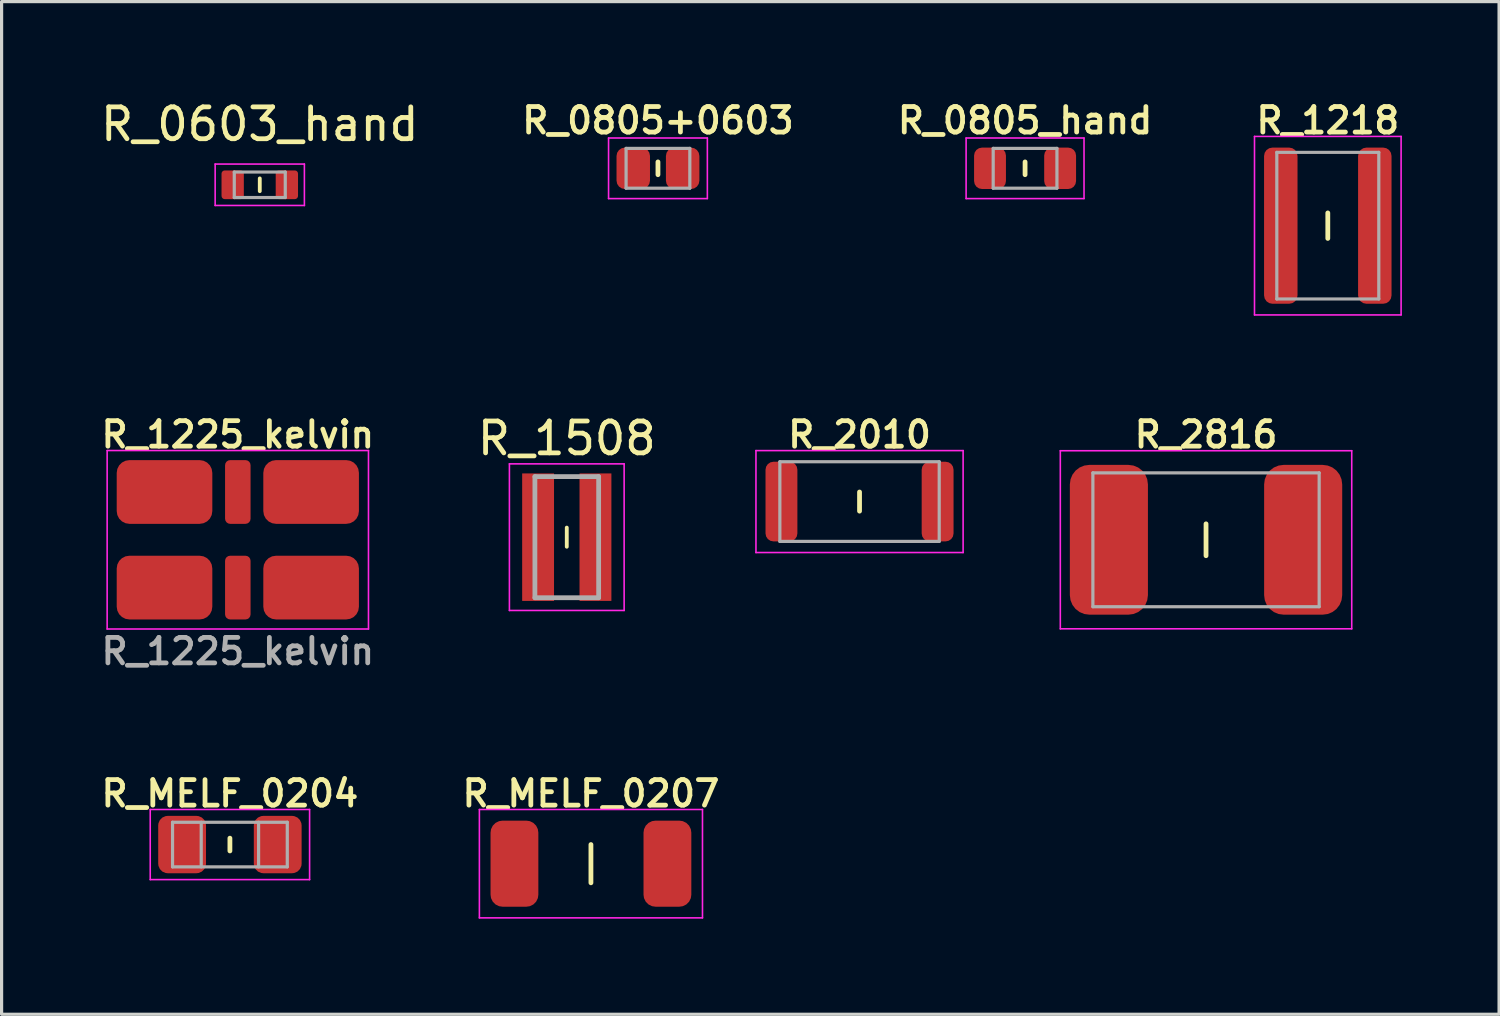
<source format=kicad_pcb>
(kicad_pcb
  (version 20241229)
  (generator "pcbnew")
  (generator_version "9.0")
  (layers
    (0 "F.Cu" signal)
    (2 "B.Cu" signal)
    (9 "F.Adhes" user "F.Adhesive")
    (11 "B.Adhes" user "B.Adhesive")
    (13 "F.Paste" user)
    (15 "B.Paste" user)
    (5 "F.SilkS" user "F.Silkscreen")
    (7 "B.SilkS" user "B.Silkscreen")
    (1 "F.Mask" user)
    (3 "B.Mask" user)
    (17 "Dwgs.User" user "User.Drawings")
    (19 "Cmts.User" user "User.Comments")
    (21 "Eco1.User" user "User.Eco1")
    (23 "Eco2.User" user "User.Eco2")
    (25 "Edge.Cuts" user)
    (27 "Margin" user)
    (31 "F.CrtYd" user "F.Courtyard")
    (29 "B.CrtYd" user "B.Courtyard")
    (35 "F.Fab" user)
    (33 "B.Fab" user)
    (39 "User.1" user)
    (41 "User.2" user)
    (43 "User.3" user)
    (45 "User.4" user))
  (footprint "R_2816"
    (layer "F.Cu")
    (at 34.792 13.887)
    (property "Reference" "R_2816" (at 0 -3.3 0) (layer "F.SilkS") (effects (font (size 0.8 0.8) (thickness 0.15))))
    (attr smd)
    (fp_line (start 0 -0.5) (end 0 0.5) (stroke (width 0.15) (type solid)) (layer "F.SilkS"))
    (fp_line (start -4.572 -2.794) (end 4.572 -2.794) (stroke (width 0.05) (type solid)) (layer "F.CrtYd"))
    (fp_line (start -4.572 2.794) (end -4.572 -2.794) (stroke (width 0.05) (type solid)) (layer "F.CrtYd"))
    (fp_line (start 4.572 -2.794) (end 4.572 2.794) (stroke (width 0.05) (type solid)) (layer "F.CrtYd"))
    (fp_line (start 4.572 2.794) (end -4.572 2.794) (stroke (width 0.05) (type solid)) (layer "F.CrtYd"))
    (fp_line (start -3.55 -2.1) (end -3.55 2.1) (stroke (width 0.1) (type solid)) (layer "F.Fab"))
    (fp_line (start -3.55 2.1) (end 3.55 2.1) (stroke (width 0.1) (type solid)) (layer "F.Fab"))
    (fp_line (start 3.55 -2.1) (end -3.55 -2.1) (stroke (width 0.1) (type solid)) (layer "F.Fab"))
    (fp_line (start 3.55 2.1) (end 3.55 -2.1) (stroke (width 0.1) (type solid)) (layer "F.Fab"))
    (pad "1" smd roundrect (at -3.048 0) (size 2.45 4.7) (layers "F.Cu" "F.Mask" "F.Paste") (roundrect_rratio 0.25))
    (pad "2" smd roundrect (at 3.048 0) (size 2.45 4.7) (layers "F.Cu" "F.Mask" "F.Paste") (roundrect_rratio 0.25)))
  (footprint "R_0603_hand"
    (layer "F.Cu")
    (at 5.101 2.748)
    (property "Reference" "R_0603_hand" (at 0 -1.9 0) (layer "F.SilkS") (effects (font (size 1 1) (thickness 0.15))))
    (attr smd)
    (fp_line (start 0 -0.2) (end 0 0.2) (stroke (width 0.12) (type solid)) (layer "F.SilkS"))
    (fp_line (start -1.4 -0.65) (end -1.4 0.65) (stroke (width 0.05) (type solid)) (layer "F.CrtYd"))
    (fp_line (start -1.4 -0.65) (end 1.4 -0.65) (stroke (width 0.05) (type solid)) (layer "F.CrtYd"))
    (fp_line (start -1.4 0.65) (end 1.4 0.65) (stroke (width 0.05) (type solid)) (layer "F.CrtYd"))
    (fp_line (start 1.4 -0.65) (end 1.4 0.65) (stroke (width 0.05) (type solid)) (layer "F.CrtYd"))
    (fp_line (start -0.8 -0.4) (end 0.8 -0.4) (stroke (width 0.1) (type solid)) (layer "F.Fab"))
    (fp_line (start -0.8 0.4) (end -0.8 -0.4) (stroke (width 0.1) (type solid)) (layer "F.Fab"))
    (fp_line (start 0.8 -0.4) (end 0.8 0.4) (stroke (width 0.1) (type solid)) (layer "F.Fab"))
    (fp_line (start 0.8 0.4) (end -0.8 0.4) (stroke (width 0.1) (type solid)) (layer "F.Fab"))
    (pad "1" smd roundrect (at -0.85 0) (size 0.7 0.9) (layers "F.Cu" "F.Mask" "F.Paste") (roundrect_rratio 0.143))
    (pad "2" smd roundrect (at 0.85 0) (size 0.7 0.9) (layers "F.Cu" "F.Mask" "F.Paste") (roundrect_rratio 0.143)))
  (footprint "R_1218"
    (layer "F.Cu")
    (at 38.613 4.031)
    (property "Reference" "R_1218" (at 0 -3.3 0) (layer "F.SilkS") (effects (font (size 0.8 0.8) (thickness 0.15))))
    (attr smd)
    (fp_line (start 0 -0.4) (end 0 0.4) (stroke (width 0.15) (type solid)) (layer "F.SilkS"))
    (fp_line (start -2.3 -2.8) (end -2.3 2.8) (stroke (width 0.05) (type solid)) (layer "F.CrtYd"))
    (fp_line (start -2.3 -2.8) (end 2.3 -2.8) (stroke (width 0.05) (type solid)) (layer "F.CrtYd"))
    (fp_line (start -2.3 2.8) (end 2.3 2.8) (stroke (width 0.05) (type solid)) (layer "F.CrtYd"))
    (fp_line (start 2.3 -2.8) (end 2.3 2.8) (stroke (width 0.05) (type solid)) (layer "F.CrtYd"))
    (fp_line (start -1.6 -2.3) (end -1.6 2.3) (stroke (width 0.1) (type solid)) (layer "F.Fab"))
    (fp_line (start -1.6 2.3) (end 1.6 2.3) (stroke (width 0.1) (type solid)) (layer "F.Fab"))
    (fp_line (start 1.6 -2.3) (end -1.6 -2.3) (stroke (width 0.1) (type solid)) (layer "F.Fab"))
    (fp_line (start 1.6 2.3) (end 1.6 -2.3) (stroke (width 0.1) (type solid)) (layer "F.Fab"))
    (pad "1" smd roundrect (at -1.475 0) (size 1.05 4.9) (layers "F.Cu" "F.Mask" "F.Paste") (roundrect_rratio 0.25))
    (pad "2" smd roundrect (at 1.475 0) (size 1.05 4.9) (layers "F.Cu" "F.Mask" "F.Paste") (roundrect_rratio 0.25)))
  (footprint "R_0805_hand"
    (layer "F.Cu")
    (at 29.114 2.231)
    (property "Reference" "R_0805_hand" (at 0 -1.5 0) (layer "F.SilkS") (effects (font (size 0.8 0.8) (thickness 0.15))))
    (attr smd)
    (fp_line (start 0 -0.2) (end 0 0.2) (stroke (width 0.15) (type solid)) (layer "F.SilkS"))
    (fp_line (start -1.85 -0.95) (end -1.85 0.95) (stroke (width 0.05) (type solid)) (layer "F.CrtYd"))
    (fp_line (start -1.85 -0.95) (end 1.85 -0.95) (stroke (width 0.05) (type solid)) (layer "F.CrtYd"))
    (fp_line (start -1.85 0.95) (end 1.85 0.95) (stroke (width 0.05) (type solid)) (layer "F.CrtYd"))
    (fp_line (start 1.85 -0.95) (end 1.85 0.95) (stroke (width 0.05) (type solid)) (layer "F.CrtYd"))
    (fp_line (start -1 -0.625) (end 1 -0.625) (stroke (width 0.1) (type solid)) (layer "F.Fab"))
    (fp_line (start -1 0.625) (end -1 -0.625) (stroke (width 0.1) (type solid)) (layer "F.Fab"))
    (fp_line (start 1 -0.625) (end 1 0.625) (stroke (width 0.1) (type solid)) (layer "F.Fab"))
    (fp_line (start 1 0.625) (end -1 0.625) (stroke (width 0.1) (type solid)) (layer "F.Fab"))
    (pad "1" smd roundrect (at -1.1 0) (size 1 1.3) (layers "F.Cu" "F.Mask" "F.Paste") (roundrect_rratio 0.25))
    (pad "2" smd roundrect (at 1.1 0) (size 1 1.3) (layers "F.Cu" "F.Mask" "F.Paste") (roundrect_rratio 0.25)))
  (footprint "R_1508"
    (layer "F.Cu")
    (at 14.734 13.805)
    (property "Reference" "R_1508" (at 0 -3.1 0) (layer "F.SilkS") (effects (font (size 1 1) (thickness 0.15))))
    (attr smd)
    (fp_line (start 0 -0.3) (end 0 0.3) (stroke (width 0.12) (type solid)) (layer "F.SilkS"))
    (fp_line (start -1.8 -2.3) (end -1.8 2.3) (stroke (width 0.05) (type solid)) (layer "F.CrtYd"))
    (fp_line (start -1.8 -2.3) (end 1.8 -2.3) (stroke (width 0.05) (type solid)) (layer "F.CrtYd"))
    (fp_line (start -1.8 2.3) (end 1.8 2.3) (stroke (width 0.05) (type solid)) (layer "F.CrtYd"))
    (fp_line (start 1.8 -2.3) (end 1.8 2.3) (stroke (width 0.05) (type solid)) (layer "F.CrtYd"))
    (fp_line (start -1 -1.9) (end 1 -1.9) (stroke (width 0.15) (type solid)) (layer "F.Fab"))
    (fp_line (start -1 1.9) (end -1 -1.9) (stroke (width 0.15) (type solid)) (layer "F.Fab"))
    (fp_line (start 1 -1.9) (end 1 1.9) (stroke (width 0.15) (type solid)) (layer "F.Fab"))
    (fp_line (start 1 1.9) (end -1 1.9) (stroke (width 0.15) (type solid)) (layer "F.Fab"))
    (pad "1" smd rect (at -0.9 0) (size 1 4) (layers "F.Cu" "F.Mask" "F.Paste"))
    (pad "2" smd rect (at 0.9 0) (size 1 4) (layers "F.Cu" "F.Mask" "F.Paste")))
  (footprint "R_1225_kelvin"
    (layer "F.Cu")
    (at 4.412 13.887)
    (property "Reference" "R_1225_kelvin" (at 0 -3.3 0) (unlocked yes) (layer "F.SilkS") (effects (font (size 0.8 0.8) (thickness 0.15))))
    (attr smd)
    (fp_line (start -4.1 -2.8) (end 4.1 -2.8) (stroke (width 0.05) (type default)) (layer "F.CrtYd"))
    (fp_line (start -4.1 2.8) (end -4.1 -2.8) (stroke (width 0.05) (type default)) (layer "F.CrtYd"))
    (fp_line (start 4.1 -2.8) (end 4.1 2.8) (stroke (width 0.05) (type default)) (layer "F.CrtYd"))
    (fp_line (start 4.1 2.8) (end -4.1 2.8) (stroke (width 0.05) (type default)) (layer "F.CrtYd"))
    (fp_text user "${REFERENCE}" (at 0 3.5 0) (unlocked yes) (layer "F.Fab") (effects (font (size 0.8 0.8) (thickness 0.15))))
    (pad "1" smd roundrect (at -2.3 -1.5) (size 3 2) (layers "F.Cu" "F.Mask" "F.Paste") (roundrect_rratio 0.2))
    (pad "1" smd roundrect (at 2.3 -1.5) (size 3 2) (layers "F.Cu" "F.Mask" "F.Paste") (roundrect_rratio 0.2))
    (pad "2" smd roundrect (at 0 -1.5) (size 0.8 2) (layers "F.Cu" "F.Mask" "F.Paste") (roundrect_rratio 0.2))
    (pad "3" smd roundrect (at 0 1.5) (size 0.8 2) (layers "F.Cu" "F.Mask" "F.Paste") (roundrect_rratio 0.2))
    (pad "4" smd roundrect (at -2.3 1.5) (size 3 2) (layers "F.Cu" "F.Mask" "F.Paste") (roundrect_rratio 0.2))
    (pad "4" smd roundrect (at 2.3 1.5) (size 3 2) (layers "F.Cu" "F.Mask" "F.Paste") (roundrect_rratio 0.2)))
  (footprint "R_0805+0603"
    (layer "F.Cu")
    (at 17.595 2.231)
    (property "Reference" "R_0805+0603" (at 0 -1.5 0) (layer "F.SilkS") (effects (font (size 0.8 0.8) (thickness 0.15))))
    (attr smd)
    (fp_line (start 0 -0.2) (end 0 0.2) (stroke (width 0.15) (type solid)) (layer "F.SilkS"))
    (fp_line (start -1.55 -0.95) (end -1.55 0.95) (stroke (width 0.05) (type solid)) (layer "F.CrtYd"))
    (fp_line (start -1.55 -0.95) (end 1.55 -0.95) (stroke (width 0.05) (type solid)) (layer "F.CrtYd"))
    (fp_line (start -1.55 0.95) (end 1.55 0.95) (stroke (width 0.05) (type solid)) (layer "F.CrtYd"))
    (fp_line (start 1.55 -0.95) (end 1.55 0.95) (stroke (width 0.05) (type solid)) (layer "F.CrtYd"))
    (fp_line (start -1 -0.625) (end 1 -0.625) (stroke (width 0.1) (type solid)) (layer "F.Fab"))
    (fp_line (start -1 0.625) (end -1 -0.625) (stroke (width 0.1) (type solid)) (layer "F.Fab"))
    (fp_line (start 1 -0.625) (end 1 0.625) (stroke (width 0.1) (type solid)) (layer "F.Fab"))
    (fp_line (start 1 0.625) (end -1 0.625) (stroke (width 0.1) (type solid)) (layer "F.Fab"))
    (pad "1" smd roundrect (at -0.775 0) (size 1.05 1.3) (layers "F.Cu" "F.Mask" "F.Paste") (roundrect_rratio 0.25))
    (pad "2" smd roundrect (at 0.775 0) (size 1.05 1.3) (layers "F.Cu" "F.Mask" "F.Paste") (roundrect_rratio 0.25)))
  (footprint "R_2010"
    (layer "F.Cu")
    (at 23.92 12.688)
    (property "Reference" "R_2010" (at 0 -2.1 0) (layer "F.SilkS") (effects (font (size 0.8 0.8) (thickness 0.15))))
    (attr smd)
    (fp_line (start 0 -0.3) (end 0 0.3) (stroke (width 0.15) (type solid)) (layer "F.SilkS"))
    (fp_line (start -3.25 -1.6) (end -3.25 1.6) (stroke (width 0.05) (type solid)) (layer "F.CrtYd"))
    (fp_line (start -3.25 -1.6) (end 3.25 -1.6) (stroke (width 0.05) (type solid)) (layer "F.CrtYd"))
    (fp_line (start -3.25 1.6) (end 3.25 1.6) (stroke (width 0.05) (type solid)) (layer "F.CrtYd"))
    (fp_line (start 3.25 -1.6) (end 3.25 1.6) (stroke (width 0.05) (type solid)) (layer "F.CrtYd"))
    (fp_line (start -2.5 -1.25) (end 2.5 -1.25) (stroke (width 0.1) (type solid)) (layer "F.Fab"))
    (fp_line (start -2.5 1.25) (end -2.5 -1.25) (stroke (width 0.1) (type solid)) (layer "F.Fab"))
    (fp_line (start 2.5 -1.25) (end 2.5 1.25) (stroke (width 0.1) (type solid)) (layer "F.Fab"))
    (fp_line (start 2.5 1.25) (end -2.5 1.25) (stroke (width 0.1) (type solid)) (layer "F.Fab"))
    (pad "1" smd roundrect (at -2.45 0) (size 1 2.5) (layers "F.Cu" "F.Mask" "F.Paste") (roundrect_rratio 0.25))
    (pad "2" smd roundrect (at 2.45 0) (size 1 2.5) (layers "F.Cu" "F.Mask" "F.Paste") (roundrect_rratio 0.25)))
  (footprint "R_MELF_0204"
    (layer "F.Cu")
    (at 4.164 23.45)
    (property "Reference" "R_MELF_0204" (at 0 -1.6 0) (layer "F.SilkS") (effects (font (size 0.8 0.8) (thickness 0.15))))
    (attr smd)
    (fp_line (start 0 -0.2) (end 0 0.2) (stroke (width 0.15) (type default)) (layer "F.SilkS"))
    (fp_line (start -2.5 -1.1) (end -2.5 1.1) (stroke (width 0.05) (type solid)) (layer "F.CrtYd"))
    (fp_line (start -2.5 -1.1) (end 2.5 -1.1) (stroke (width 0.05) (type solid)) (layer "F.CrtYd"))
    (fp_line (start -2.5 1.1) (end 2.5 1.1) (stroke (width 0.05) (type solid)) (layer "F.CrtYd"))
    (fp_line (start 2.5 -1.1) (end 2.5 1.1) (stroke (width 0.05) (type solid)) (layer "F.CrtYd"))
    (fp_line (start -1.8 -0.7) (end 1.8 -0.7) (stroke (width 0.1) (type solid)) (layer "F.Fab"))
    (fp_line (start -1.8 0.7) (end -1.8 -0.7) (stroke (width 0.1) (type solid)) (layer "F.Fab"))
    (fp_line (start -0.9 -0.7) (end -0.9 0.7) (stroke (width 0.1) (type solid)) (layer "F.Fab"))
    (fp_line (start 0.9 -0.7) (end 0.9 0.7) (stroke (width 0.1) (type solid)) (layer "F.Fab"))
    (fp_line (start 1.8 -0.7) (end 1.8 0.7) (stroke (width 0.1) (type solid)) (layer "F.Fab"))
    (fp_line (start 1.8 0.7) (end -1.8 0.7) (stroke (width 0.1) (type solid)) (layer "F.Fab"))
    (pad "1" smd roundrect (at -1.5 0) (size 1.5 1.8) (layers "F.Cu" "F.Mask" "F.Paste") (roundrect_rratio 0.2))
    (pad "2" smd roundrect (at 1.5 0) (size 1.5 1.8) (layers "F.Cu" "F.Mask" "F.Paste") (roundrect_rratio 0.2)))
  (footprint "R_MELF_0207"
    (layer "F.Cu")
    (at 15.492 24.05)
    (property "Reference" "R_MELF_0207" (at 0 -2.2 0) (layer "F.SilkS") (effects (font (size 0.8 0.8) (thickness 0.15))))
    (attr through_hole)
    (fp_line (start 0 -0.6) (end 0 0.6) (stroke (width 0.15) (type default)) (layer "F.SilkS"))
    (fp_line (start -3.5 -1.7) (end -3.5 1.7) (stroke (width 0.05) (type default)) (layer "F.CrtYd"))
    (fp_line (start -3.5 1.7) (end 3.5 1.7) (stroke (width 0.05) (type default)) (layer "F.CrtYd"))
    (fp_line (start 3.5 -1.7) (end -3.5 -1.7) (stroke (width 0.05) (type default)) (layer "F.CrtYd"))
    (fp_line (start 3.5 1.7) (end 3.5 -1.7) (stroke (width 0.05) (type default)) (layer "F.CrtYd"))
    (pad "1" smd roundrect (at -2.4 0) (size 1.5 2.7) (layers "F.Cu" "F.Mask" "F.Paste") (roundrect_rratio 0.25))
    (pad "2" smd roundrect (at 2.4 0) (size 1.5 2.7) (layers "F.Cu" "F.Mask" "F.Paste") (roundrect_rratio 0.25)))
  (gr_rect
    (start -3 -3)
    (end 43.987 28.775)
    (stroke (width 0.1) (type default))
    (fill no)
    (layer "Edge.Cuts")))
</source>
